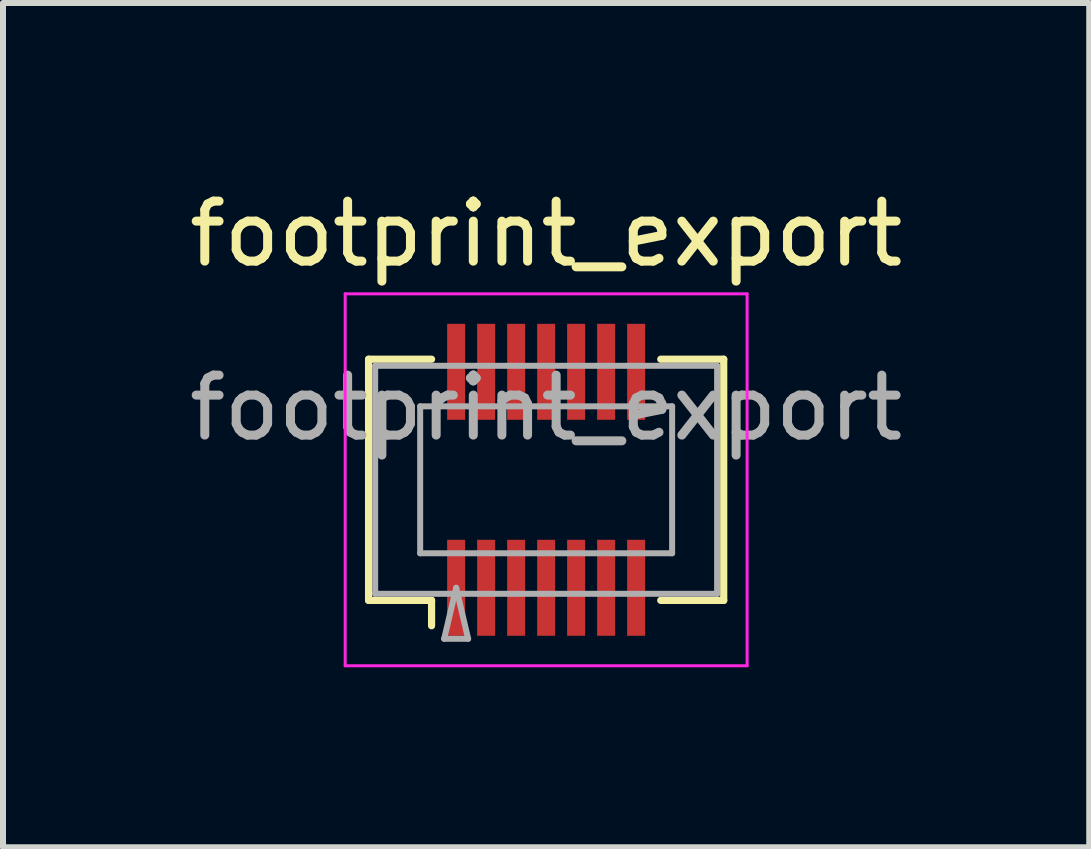
<source format=kicad_pcb>
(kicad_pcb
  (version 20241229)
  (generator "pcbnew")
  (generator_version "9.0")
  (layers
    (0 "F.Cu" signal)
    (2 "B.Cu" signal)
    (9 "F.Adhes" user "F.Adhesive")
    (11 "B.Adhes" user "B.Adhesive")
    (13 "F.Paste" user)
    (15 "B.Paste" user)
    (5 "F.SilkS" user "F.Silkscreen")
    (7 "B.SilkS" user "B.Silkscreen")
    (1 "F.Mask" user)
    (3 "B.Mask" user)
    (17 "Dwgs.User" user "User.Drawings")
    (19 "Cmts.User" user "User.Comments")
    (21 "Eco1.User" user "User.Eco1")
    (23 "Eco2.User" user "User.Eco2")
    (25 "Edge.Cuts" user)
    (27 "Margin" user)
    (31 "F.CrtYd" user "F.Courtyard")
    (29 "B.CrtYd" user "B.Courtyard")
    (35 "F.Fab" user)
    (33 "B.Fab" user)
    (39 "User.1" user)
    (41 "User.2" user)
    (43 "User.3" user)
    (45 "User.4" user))
  (footprint "footprint_export"
    (layer "F.Cu")
    (at 6.054 4.948)
    (property "Reference" "footprint_export" (at 0 -4.1 0) (layer "F.SilkS") (effects (font (size 1 1) (thickness 0.15))))
    (attr smd)
    (fp_line (start -2.96 -2.01) (end -1.91 -2.01) (stroke (width 0.12) (type solid)) (layer "F.SilkS"))
    (fp_line (start -2.96 2.01) (end -2.96 -2.01) (stroke (width 0.12) (type solid)) (layer "F.SilkS"))
    (fp_line (start -1.91 2.01) (end -2.96 2.01) (stroke (width 0.12) (type solid)) (layer "F.SilkS"))
    (fp_line (start -1.91 2.433) (end -1.91 2.01) (stroke (width 0.12) (type solid)) (layer "F.SilkS"))
    (fp_line (start 1.91 2.01) (end 2.96 2.01) (stroke (width 0.12) (type solid)) (layer "F.SilkS"))
    (fp_line (start 2.96 -2.01) (end 1.91 -2.01) (stroke (width 0.12) (type solid)) (layer "F.SilkS"))
    (fp_line (start 2.96 2.01) (end 2.96 -2.01) (stroke (width 0.12) (type solid)) (layer "F.SilkS"))
    (fp_line (start -3.35 -3.1) (end -3.35 3.1) (stroke (width 0.05) (type solid)) (layer "F.CrtYd"))
    (fp_line (start -3.35 3.1) (end 3.35 3.1) (stroke (width 0.05) (type solid)) (layer "F.CrtYd"))
    (fp_line (start 3.35 -3.1) (end -3.35 -3.1) (stroke (width 0.05) (type solid)) (layer "F.CrtYd"))
    (fp_line (start 3.35 3.1) (end 3.35 -3.1) (stroke (width 0.05) (type solid)) (layer "F.CrtYd"))
    (fp_line (start -2.85 -1.9) (end 2.85 -1.9) (stroke (width 0.1) (type solid)) (layer "F.Fab"))
    (fp_line (start -2.85 1.9) (end -2.85 -1.9) (stroke (width 0.1) (type solid)) (layer "F.Fab"))
    (fp_line (start -2.1 -1.225) (end 2.1 -1.225) (stroke (width 0.1) (type solid)) (layer "F.Fab"))
    (fp_line (start -2.1 1.225) (end -2.1 -1.225) (stroke (width 0.1) (type solid)) (layer "F.Fab"))
    (fp_line (start -1.7 2.65) (end -1.5 1.8) (stroke (width 0.1) (type solid)) (layer "F.Fab"))
    (fp_line (start -1.5 1.8) (end -1.3 2.65) (stroke (width 0.1) (type solid)) (layer "F.Fab"))
    (fp_line (start -1.3 2.65) (end -1.7 2.65) (stroke (width 0.1) (type solid)) (layer "F.Fab"))
    (fp_line (start 2.1 -1.225) (end 2.1 1.225) (stroke (width 0.1) (type solid)) (layer "F.Fab"))
    (fp_line (start 2.1 1.225) (end -2.1 1.225) (stroke (width 0.1) (type solid)) (layer "F.Fab"))
    (fp_line (start 2.85 -1.9) (end 2.85 1.9) (stroke (width 0.1) (type solid)) (layer "F.Fab"))
    (fp_line (start 2.85 1.9) (end -2.85 1.9) (stroke (width 0.1) (type solid)) (layer "F.Fab"))
    (fp_text user "${REFERENCE}" (at 0 -1.2 0) (layer "F.Fab") (effects (font (size 1 1) (thickness 0.15))))
    (pad "" smd rect (at -1.5 -2) (size 0.28 1.2) (layers "F.Paste"))
    (pad "" smd rect (at -1.5 2) (size 0.28 1.2) (layers "F.Paste"))
    (pad "" smd rect (at -1 -2) (size 0.28 1.2) (layers "F.Paste"))
    (pad "" smd rect (at -1 2) (size 0.28 1.2) (layers "F.Paste"))
    (pad "" smd rect (at -0.5 -2) (size 0.28 1.2) (layers "F.Paste"))
    (pad "" smd rect (at -0.5 2) (size 0.28 1.2) (layers "F.Paste"))
    (pad "" smd rect (at 0 -2) (size 0.28 1.2) (layers "F.Paste"))
    (pad "" smd rect (at 0 2) (size 0.28 1.2) (layers "F.Paste"))
    (pad "" smd rect (at 0.5 -2) (size 0.28 1.2) (layers "F.Paste"))
    (pad "" smd rect (at 0.5 2) (size 0.28 1.2) (layers "F.Paste"))
    (pad "" smd rect (at 1 -2) (size 0.28 1.2) (layers "F.Paste"))
    (pad "" smd rect (at 1 2) (size 0.28 1.2) (layers "F.Paste"))
    (pad "" smd rect (at 1.5 -2) (size 0.28 1.2) (layers "F.Paste"))
    (pad "" smd rect (at 1.5 2) (size 0.28 1.2) (layers "F.Paste"))
    (pad "1" smd rect (at -1.5 1.8) (size 0.3 1.6) (layers "F.Cu" "F.Mask"))
    (pad "2" smd rect (at -1 1.8) (size 0.3 1.6) (layers "F.Cu" "F.Mask"))
    (pad "3" smd rect (at -0.5 1.8) (size 0.3 1.6) (layers "F.Cu" "F.Mask"))
    (pad "4" smd rect (at 0 1.8) (size 0.3 1.6) (layers "F.Cu" "F.Mask"))
    (pad "5" smd rect (at 0.5 1.8) (size 0.3 1.6) (layers "F.Cu" "F.Mask"))
    (pad "6" smd rect (at 1 1.8) (size 0.3 1.6) (layers "F.Cu" "F.Mask"))
    (pad "7" smd rect (at 1.5 1.8) (size 0.3 1.6) (layers "F.Cu" "F.Mask"))
    (pad "8" smd rect (at -1.5 -1.8) (size 0.3 1.6) (layers "F.Cu" "F.Mask"))
    (pad "9" smd rect (at -1 -1.8) (size 0.3 1.6) (layers "F.Cu" "F.Mask"))
    (pad "10" smd rect (at -0.5 -1.8) (size 0.3 1.6) (layers "F.Cu" "F.Mask"))
    (pad "11" smd rect (at 0 -1.8) (size 0.3 1.6) (layers "F.Cu" "F.Mask"))
    (pad "12" smd rect (at 0.5 -1.8) (size 0.3 1.6) (layers "F.Cu" "F.Mask"))
    (pad "13" smd rect (at 1 -1.8) (size 0.3 1.6) (layers "F.Cu" "F.Mask"))
    (pad "14" smd rect (at 1.5 -1.8) (size 0.3 1.6) (layers "F.Cu" "F.Mask")))
  (gr_rect
    (start -3 -3)
    (end 15.107 11.073)
    (stroke (width 0.1) (type default))
    (fill no)
    (layer "Edge.Cuts")))
</source>
